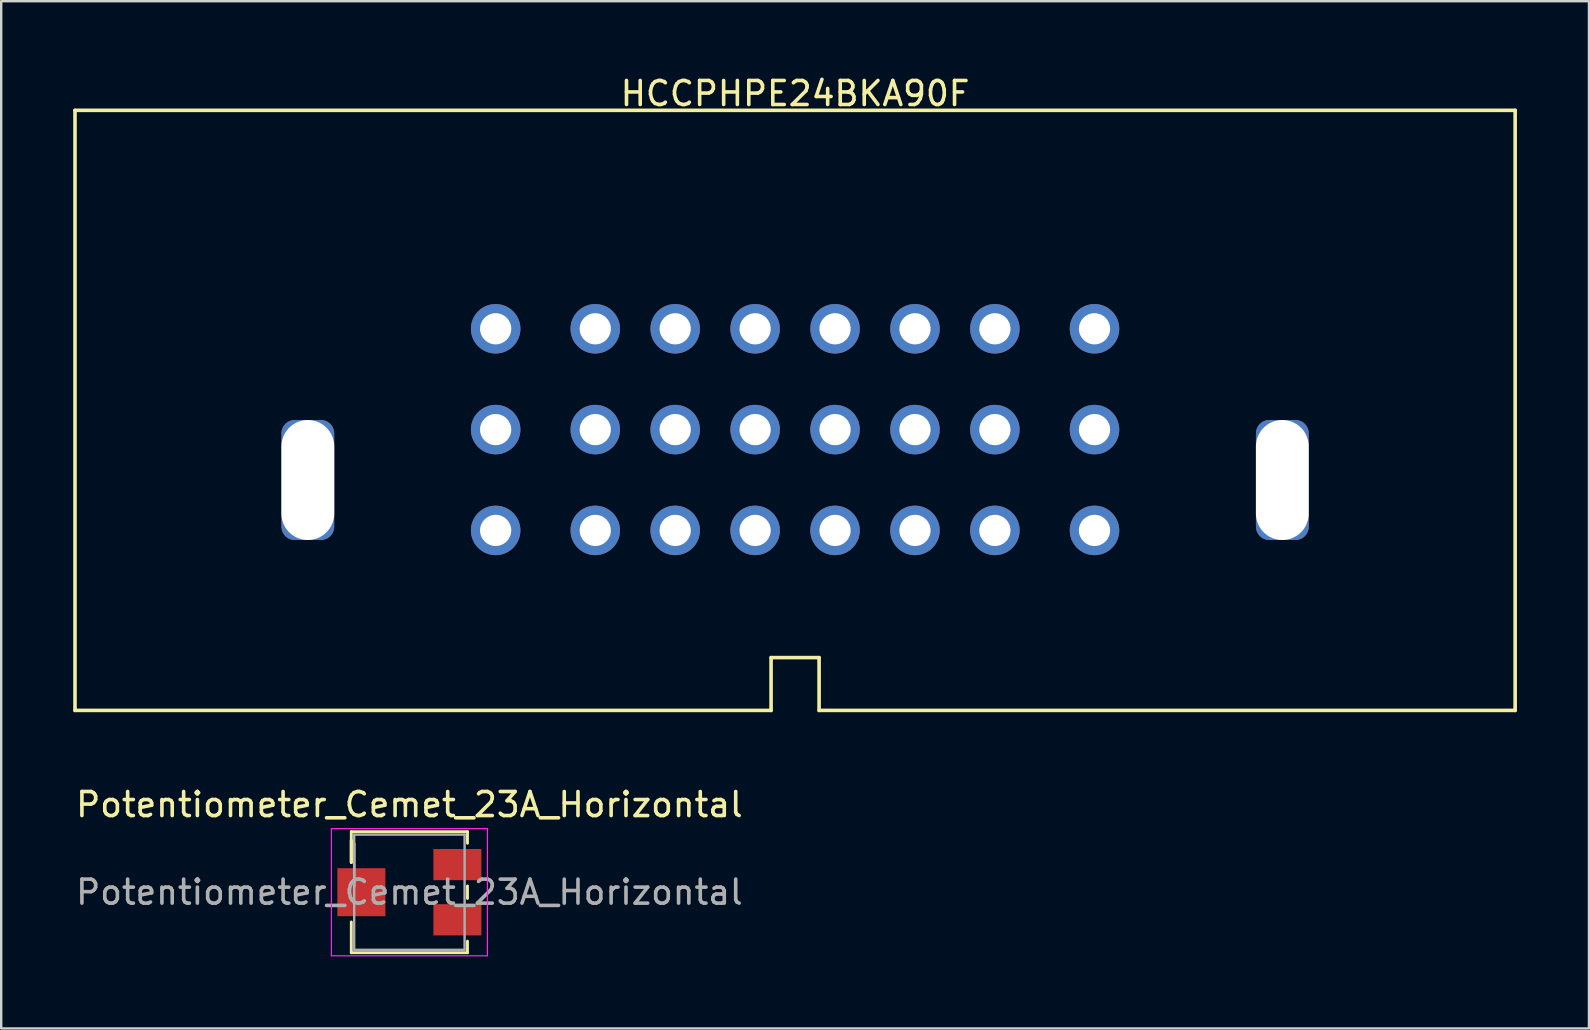
<source format=kicad_pcb>
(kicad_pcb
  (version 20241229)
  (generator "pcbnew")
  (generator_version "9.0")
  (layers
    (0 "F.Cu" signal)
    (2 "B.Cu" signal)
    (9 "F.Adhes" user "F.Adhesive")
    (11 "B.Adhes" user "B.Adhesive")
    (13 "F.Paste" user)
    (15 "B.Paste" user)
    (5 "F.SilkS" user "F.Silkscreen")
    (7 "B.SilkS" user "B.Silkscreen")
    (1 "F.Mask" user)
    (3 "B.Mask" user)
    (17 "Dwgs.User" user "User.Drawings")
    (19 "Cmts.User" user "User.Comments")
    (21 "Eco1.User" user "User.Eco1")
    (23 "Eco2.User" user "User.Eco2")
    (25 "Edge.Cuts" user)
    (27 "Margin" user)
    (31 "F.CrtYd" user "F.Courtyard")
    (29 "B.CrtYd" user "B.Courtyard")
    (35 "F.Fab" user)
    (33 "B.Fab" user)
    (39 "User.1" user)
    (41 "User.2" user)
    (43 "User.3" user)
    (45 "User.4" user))
  (footprint "Potentiometer_Cemet_23A_Horizontal"
    (layer "F.Cu")
    (at 14.006 34.121)
    (property "Reference" "Potentiometer_Cemet_23A_Horizontal" (at 0 -3.65 0) (layer "F.SilkS") (effects (font (size 1 1) (thickness 0.15))))
    (attr smd)
    (fp_line (start -2.42 -2.52) (end -2.42 -1.24) (stroke (width 0.12) (type solid)) (layer "F.SilkS"))
    (fp_line (start -2.42 -2.52) (end 2.42 -2.52) (stroke (width 0.12) (type solid)) (layer "F.SilkS"))
    (fp_line (start -2.42 -2.14) (end -2.42 -2.14) (stroke (width 0.12) (type solid)) (layer "F.SilkS"))
    (fp_line (start -2.42 -2.14) (end -2.42 -1.24) (stroke (width 0.12) (type solid)) (layer "F.SilkS"))
    (fp_line (start -2.42 -2.14) (end -2.42 -1.24) (stroke (width 0.12) (type solid)) (layer "F.SilkS"))
    (fp_line (start -2.42 1.24) (end -2.42 2.52) (stroke (width 0.12) (type solid)) (layer "F.SilkS"))
    (fp_line (start -2.42 2.52) (end 2.42 2.52) (stroke (width 0.12) (type solid)) (layer "F.SilkS"))
    (fp_line (start 2.42 -2.52) (end 2.42 -2.04) (stroke (width 0.12) (type solid)) (layer "F.SilkS"))
    (fp_line (start 2.42 -0.26) (end 2.42 0.26) (stroke (width 0.12) (type solid)) (layer "F.SilkS"))
    (fp_line (start 2.42 2.04) (end 2.42 2.52) (stroke (width 0.12) (type solid)) (layer "F.SilkS"))
    (fp_line (start -3.25 -2.65) (end -3.25 2.65) (stroke (width 0.05) (type solid)) (layer "F.CrtYd"))
    (fp_line (start -3.25 2.65) (end 3.25 2.65) (stroke (width 0.05) (type solid)) (layer "F.CrtYd"))
    (fp_line (start 3.25 -2.65) (end -3.25 -2.65) (stroke (width 0.05) (type solid)) (layer "F.CrtYd"))
    (fp_line (start 3.25 2.65) (end 3.25 -2.65) (stroke (width 0.05) (type solid)) (layer "F.CrtYd"))
    (fp_line (start -2.3 -2.4) (end -2.3 2.4) (stroke (width 0.1) (type solid)) (layer "F.Fab"))
    (fp_line (start -2.3 -2.02) (end -2.3 -2.02) (stroke (width 0.1) (type solid)) (layer "F.Fab"))
    (fp_line (start -2.3 -2.02) (end -2.3 -0.24) (stroke (width 0.1) (type solid)) (layer "F.Fab"))
    (fp_line (start -2.3 -1.13) (end -2.3 -1.13) (stroke (width 0.1) (type solid)) (layer "F.Fab"))
    (fp_line (start -2.3 -0.24) (end -2.3 -2.02) (stroke (width 0.1) (type solid)) (layer "F.Fab"))
    (fp_line (start -2.3 -0.24) (end -2.3 -0.24) (stroke (width 0.1) (type solid)) (layer "F.Fab"))
    (fp_line (start -2.3 2.4) (end 2.3 2.4) (stroke (width 0.1) (type solid)) (layer "F.Fab"))
    (fp_line (start 2.3 -2.4) (end -2.3 -2.4) (stroke (width 0.1) (type solid)) (layer "F.Fab"))
    (fp_line (start 2.3 2.4) (end 2.3 -2.4) (stroke (width 0.1) (type solid)) (layer "F.Fab"))
    (fp_text user "${REFERENCE}" (at 0 0 0) (layer "F.Fab") (effects (font (size 1 1) (thickness 0.15))))
    (pad "1" smd rect (at 2 -1.15) (size 2 1.3) (layers "F.Cu" "F.Mask" "F.Paste"))
    (pad "2" smd rect (at -2 0) (size 2 2) (layers "F.Cu" "F.Mask" "F.Paste"))
    (pad "3" smd rect (at 2 1.15) (size 2 1.3) (layers "F.Cu" "F.Mask" "F.Paste")))
  (footprint "HCCPHPE24BKA90F"
    (layer "F.Cu")
    (at 30.075 14.848)
    (property "Reference" "HCCPHPE24BKA90F" (at 0 -14 0) (layer "F.SilkS") (effects (font (size 1 1) (thickness 0.15))))
    (attr through_hole)
    (fp_line (start -30 -13.3) (end 30 -13.3) (stroke (width 0.15) (type solid)) (layer "F.SilkS"))
    (fp_line (start -30 11.7) (end -30 -13.3) (stroke (width 0.15) (type solid)) (layer "F.SilkS"))
    (fp_line (start -1 9.5) (end 1 9.5) (stroke (width 0.15) (type solid)) (layer "F.SilkS"))
    (fp_line (start -1 11.7) (end -30 11.7) (stroke (width 0.15) (type solid)) (layer "F.SilkS"))
    (fp_line (start -1 11.7) (end -1 9.5) (stroke (width 0.15) (type solid)) (layer "F.SilkS"))
    (fp_line (start 1 9.5) (end 1 11.7) (stroke (width 0.15) (type solid)) (layer "F.SilkS"))
    (fp_line (start 30 -13.3) (end 30 11.7) (stroke (width 0.15) (type solid)) (layer "F.SilkS"))
    (fp_line (start 30 11.7) (end 1 11.7) (stroke (width 0.15) (type solid)) (layer "F.SilkS"))
    (pad "" np_thru_hole roundrect (at -20.3 2.1) (size 2.2 5) (drill oval 2.2 5) (layers "*.Cu" "*.Mask") (roundrect_rratio 0.25))
    (pad "" np_thru_hole roundrect (at 20.3 2.1) (size 2.2 5) (drill oval 2.2 5) (layers "*.Cu" "*.Mask") (roundrect_rratio 0.25))
    (pad "1" thru_hole circle (at -12.475 4.2) (size 2.062 2.062) (drill 1.3) (layers "*.Cu" "*.Mask"))
    (pad "2" thru_hole circle (at -8.325 4.2) (size 2.062 2.062) (drill 1.3) (layers "*.Cu" "*.Mask"))
    (pad "3" thru_hole circle (at -4.995 4.2) (size 2.062 2.062) (drill 1.3) (layers "*.Cu" "*.Mask"))
    (pad "4" thru_hole circle (at -1.665 4.2) (size 2.062 2.062) (drill 1.3) (layers "*.Cu" "*.Mask"))
    (pad "5" thru_hole circle (at 1.665 4.2) (size 2.062 2.062) (drill 1.3) (layers "*.Cu" "*.Mask"))
    (pad "6" thru_hole circle (at 4.995 4.2) (size 2.062 2.062) (drill 1.3) (layers "*.Cu" "*.Mask"))
    (pad "7" thru_hole circle (at 8.325 4.2) (size 2.062 2.062) (drill 1.3) (layers "*.Cu" "*.Mask"))
    (pad "8" thru_hole circle (at 12.475 4.2) (size 2.062 2.062) (drill 1.3) (layers "*.Cu" "*.Mask"))
    (pad "9" thru_hole circle (at -12.475 0) (size 2.062 2.062) (drill 1.3) (layers "*.Cu" "*.Mask"))
    (pad "10" thru_hole circle (at -8.325 0) (size 2.062 2.062) (drill 1.3) (layers "*.Cu" "*.Mask"))
    (pad "11" thru_hole circle (at -4.995 0) (size 2.062 2.062) (drill 1.3) (layers "*.Cu" "*.Mask"))
    (pad "12" thru_hole circle (at -1.665 0) (size 2.062 2.062) (drill 1.3) (layers "*.Cu" "*.Mask"))
    (pad "13" thru_hole circle (at 1.665 0) (size 2.062 2.062) (drill 1.3) (layers "*.Cu" "*.Mask"))
    (pad "14" thru_hole circle (at 4.995 0) (size 2.062 2.062) (drill 1.3) (layers "*.Cu" "*.Mask"))
    (pad "15" thru_hole circle (at 8.325 0) (size 2.062 2.062) (drill 1.3) (layers "*.Cu" "*.Mask"))
    (pad "16" thru_hole circle (at 12.475 0) (size 2.062 2.062) (drill 1.3) (layers "*.Cu" "*.Mask"))
    (pad "17" thru_hole circle (at -12.475 -4.2) (size 2.062 2.062) (drill 1.3) (layers "*.Cu" "*.Mask"))
    (pad "18" thru_hole circle (at -8.325 -4.2) (size 2.062 2.062) (drill 1.3) (layers "*.Cu" "*.Mask"))
    (pad "19" thru_hole circle (at -4.995 -4.2) (size 2.062 2.062) (drill 1.3) (layers "*.Cu" "*.Mask"))
    (pad "20" thru_hole circle (at -1.665 -4.2) (size 2.062 2.062) (drill 1.3) (layers "*.Cu" "*.Mask"))
    (pad "21" thru_hole circle (at 1.665 -4.2) (size 2.062 2.062) (drill 1.3) (layers "*.Cu" "*.Mask"))
    (pad "22" thru_hole circle (at 4.995 -4.2) (size 2.062 2.062) (drill 1.3) (layers "*.Cu" "*.Mask"))
    (pad "23" thru_hole circle (at 8.325 -4.2) (size 2.062 2.062) (drill 1.3) (layers "*.Cu" "*.Mask"))
    (pad "24" thru_hole circle (at 12.475 -4.2) (size 2.062 2.062) (drill 1.3) (layers "*.Cu" "*.Mask")))
  (gr_rect
    (start -3 -3)
    (end 63.15 39.797)
    (stroke (width 0.1) (type default))
    (fill no)
    (layer "Edge.Cuts")))
</source>
